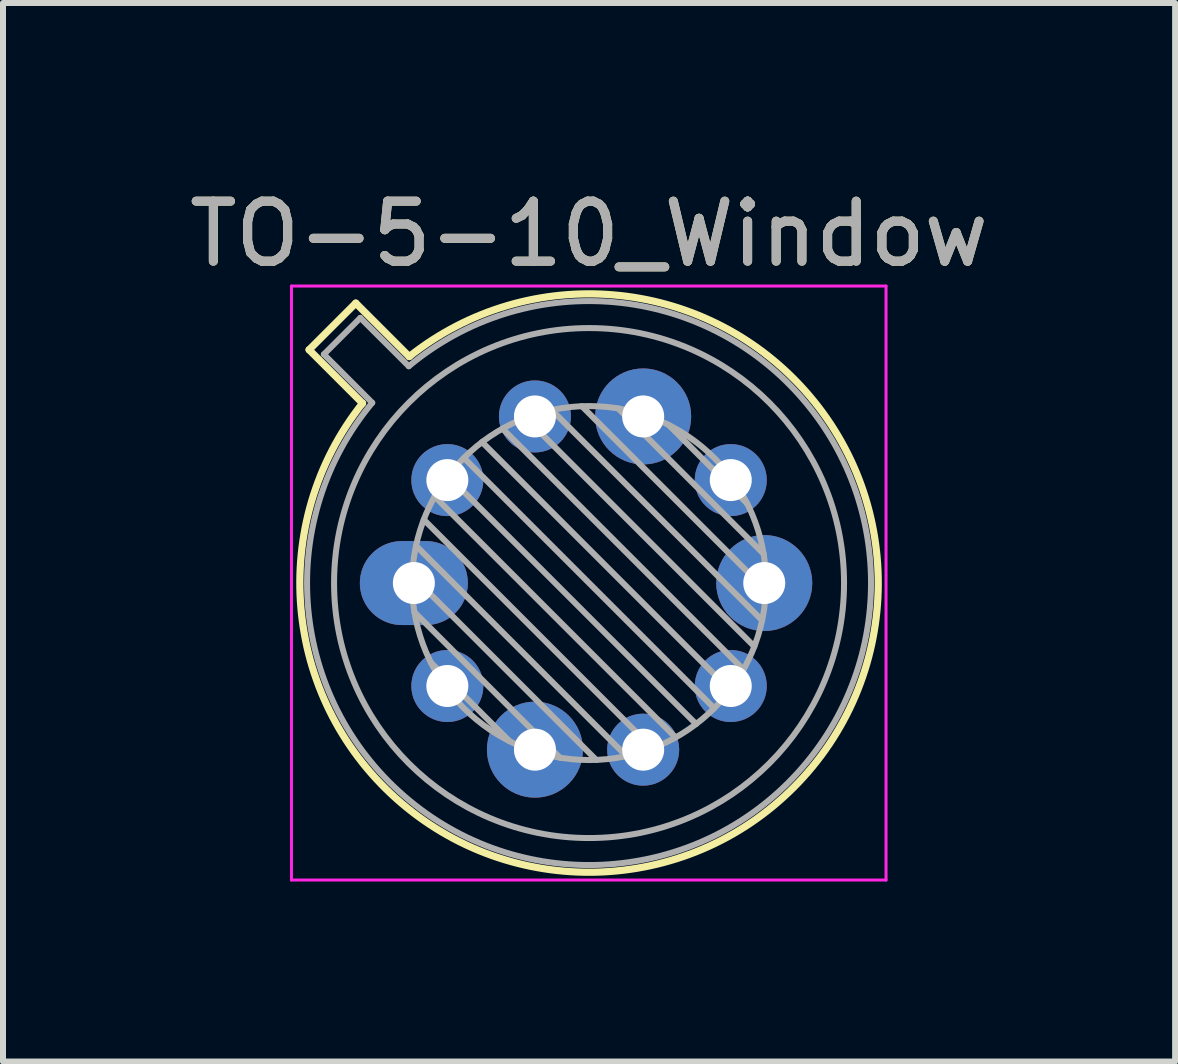
<source format=kicad_pcb>
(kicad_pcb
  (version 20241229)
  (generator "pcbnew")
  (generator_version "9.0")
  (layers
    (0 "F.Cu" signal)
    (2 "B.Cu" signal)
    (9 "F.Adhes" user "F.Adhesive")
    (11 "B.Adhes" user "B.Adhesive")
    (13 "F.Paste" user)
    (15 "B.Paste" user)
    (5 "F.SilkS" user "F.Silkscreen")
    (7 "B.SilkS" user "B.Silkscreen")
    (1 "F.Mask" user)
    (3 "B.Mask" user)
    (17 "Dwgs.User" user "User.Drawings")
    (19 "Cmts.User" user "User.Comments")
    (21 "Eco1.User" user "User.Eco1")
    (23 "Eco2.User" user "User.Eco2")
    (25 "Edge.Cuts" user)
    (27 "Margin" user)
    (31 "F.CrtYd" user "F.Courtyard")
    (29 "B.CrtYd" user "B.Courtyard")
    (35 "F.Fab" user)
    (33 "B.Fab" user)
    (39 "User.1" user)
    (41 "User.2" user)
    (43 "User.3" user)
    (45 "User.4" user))
  (footprint "TO-5-10_Window"
    (layer "F.Cu")
    (at 3.848 6.668)
    (property "Reference" "TO-5-10_Window" (at 2.92 -5.82 0) (layer "F.SilkS") (effects (font (size 1 1) (thickness 0.15))))
    (attr through_hole)
    (fp_line (start -1.746 -3.888) (end -0.855 -2.997) (stroke (width 0.12) (type solid)) (layer "F.SilkS"))
    (fp_line (start -0.968 -4.666) (end -1.746 -3.888) (stroke (width 0.12) (type solid)) (layer "F.SilkS"))
    (fp_line (start -0.077 -3.775) (end -0.968 -4.666) (stroke (width 0.12) (type solid)) (layer "F.SilkS"))
    (fp_arc (start -0.077084 -3.774902) (mid 6.328125 3.408384) (end -0.854674 -2.997371) (stroke (width 0.12) (type solid)) (layer "F.SilkS"))
    (fp_line (start -2.04 -4.95) (end -2.04 4.95) (stroke (width 0.05) (type solid)) (layer "F.CrtYd"))
    (fp_line (start -2.04 4.95) (end 7.87 4.95) (stroke (width 0.05) (type solid)) (layer "F.CrtYd"))
    (fp_line (start 7.87 -4.95) (end -2.04 -4.95) (stroke (width 0.05) (type solid)) (layer "F.CrtYd"))
    (fp_line (start 7.87 4.95) (end 7.87 -4.95) (stroke (width 0.05) (type solid)) (layer "F.CrtYd"))
    (fp_line (start -1.5 -3.812) (end -0.694 -3.005) (stroke (width 0.1) (type solid)) (layer "F.Fab"))
    (fp_line (start -0.892 -4.42) (end -1.5 -3.812) (stroke (width 0.1) (type solid)) (layer "F.Fab"))
    (fp_line (start -0.085 -3.614) (end -0.892 -4.42) (stroke (width 0.1) (type solid)) (layer "F.Fab"))
    (fp_line (start -0.028 -0.12) (end 3.04 2.948) (stroke (width 0.1) (type solid)) (layer "F.Fab"))
    (fp_line (start 0.009 0.485) (end 2.435 2.911) (stroke (width 0.1) (type solid)) (layer "F.Fab"))
    (fp_line (start 0.036 -0.622) (end 3.542 2.884) (stroke (width 0.1) (type solid)) (layer "F.Fab"))
    (fp_line (start 0.165 -1.058) (end 3.978 2.755) (stroke (width 0.1) (type solid)) (layer "F.Fab"))
    (fp_line (start 0.283 1.324) (end 1.596 2.637) (stroke (width 0.1) (type solid)) (layer "F.Fab"))
    (fp_line (start 0.346 -1.443) (end 4.363 2.574) (stroke (width 0.1) (type solid)) (layer "F.Fab"))
    (fp_line (start 0.57 -1.784) (end 4.704 2.35) (stroke (width 0.1) (type solid)) (layer "F.Fab"))
    (fp_line (start 0.834 -2.086) (end 5.006 2.086) (stroke (width 0.1) (type solid)) (layer "F.Fab"))
    (fp_line (start 1.136 -2.35) (end 5.27 1.784) (stroke (width 0.1) (type solid)) (layer "F.Fab"))
    (fp_line (start 1.477 -2.574) (end 5.494 1.443) (stroke (width 0.1) (type solid)) (layer "F.Fab"))
    (fp_line (start 1.862 -2.755) (end 5.675 1.058) (stroke (width 0.1) (type solid)) (layer "F.Fab"))
    (fp_line (start 2.298 -2.884) (end 5.804 0.622) (stroke (width 0.1) (type solid)) (layer "F.Fab"))
    (fp_line (start 2.8 -2.948) (end 5.868 0.12) (stroke (width 0.1) (type solid)) (layer "F.Fab"))
    (fp_line (start 3.405 -2.911) (end 5.831 -0.485) (stroke (width 0.1) (type solid)) (layer "F.Fab"))
    (fp_line (start 4.244 -2.637) (end 5.557 -1.324) (stroke (width 0.1) (type solid)) (layer "F.Fab"))
    (fp_arc (start -0.085408 -3.61352) (mid 6.243443 3.323361) (end -0.693594 -3.005319) (stroke (width 0.1) (type solid)) (layer "F.Fab"))
    (fp_circle (center 2.92 0) (end 5.87 0) (stroke (width 0.1) (type solid)) (fill no) (layer "F.Fab"))
    (fp_circle (center 2.92 0) (end 7.17 0) (stroke (width 0.1) (type solid)) (fill no) (layer "F.Fab"))
    (fp_text user "${REFERENCE}" (at 2.92 -5.82 0) (layer "F.Fab") (effects (font (size 1 1) (thickness 0.15))))
    (pad "1" thru_hole oval (at 0 0) (size 1.8 1.4) (drill 0.7) (layers "*.Cu" "*.Mask"))
    (pad "2" thru_hole circle (at 2.018 2.777) (size 1.6 1.6) (drill 0.7) (layers "*.Cu" "*.Mask"))
    (pad "3" thru_hole circle (at 5.84 0) (size 1.6 1.6) (drill 0.7) (layers "*.Cu" "*.Mask"))
    (pad "4" thru_hole circle (at 3.822 -2.777) (size 1.6 1.6) (drill 0.7) (layers "*.Cu" "*.Mask"))
    (pad "NC" thru_hole oval (at 0.558 -1.716) (size 1.2 1.2) (drill 0.7) (layers "*.Cu" "*.Mask"))
    (pad "NC" thru_hole oval (at 0.558 1.716) (size 1.2 1.2) (drill 0.7) (layers "*.Cu" "*.Mask"))
    (pad "NC" thru_hole oval (at 2.018 -2.777) (size 1.2 1.2) (drill 0.7) (layers "*.Cu" "*.Mask"))
    (pad "NC" thru_hole oval (at 3.822 2.777) (size 1.2 1.2) (drill 0.7) (layers "*.Cu" "*.Mask"))
    (pad "NC" thru_hole oval (at 5.282 -1.716) (size 1.2 1.2) (drill 0.7) (layers "*.Cu" "*.Mask"))
    (pad "NC" thru_hole oval (at 5.282 1.716) (size 1.2 1.2) (drill 0.7) (layers "*.Cu" "*.Mask")))
  (gr_rect
    (start -3 -3)
    (end 16.536 14.643)
    (stroke (width 0.1) (type default))
    (fill no)
    (layer "Edge.Cuts")))
</source>
